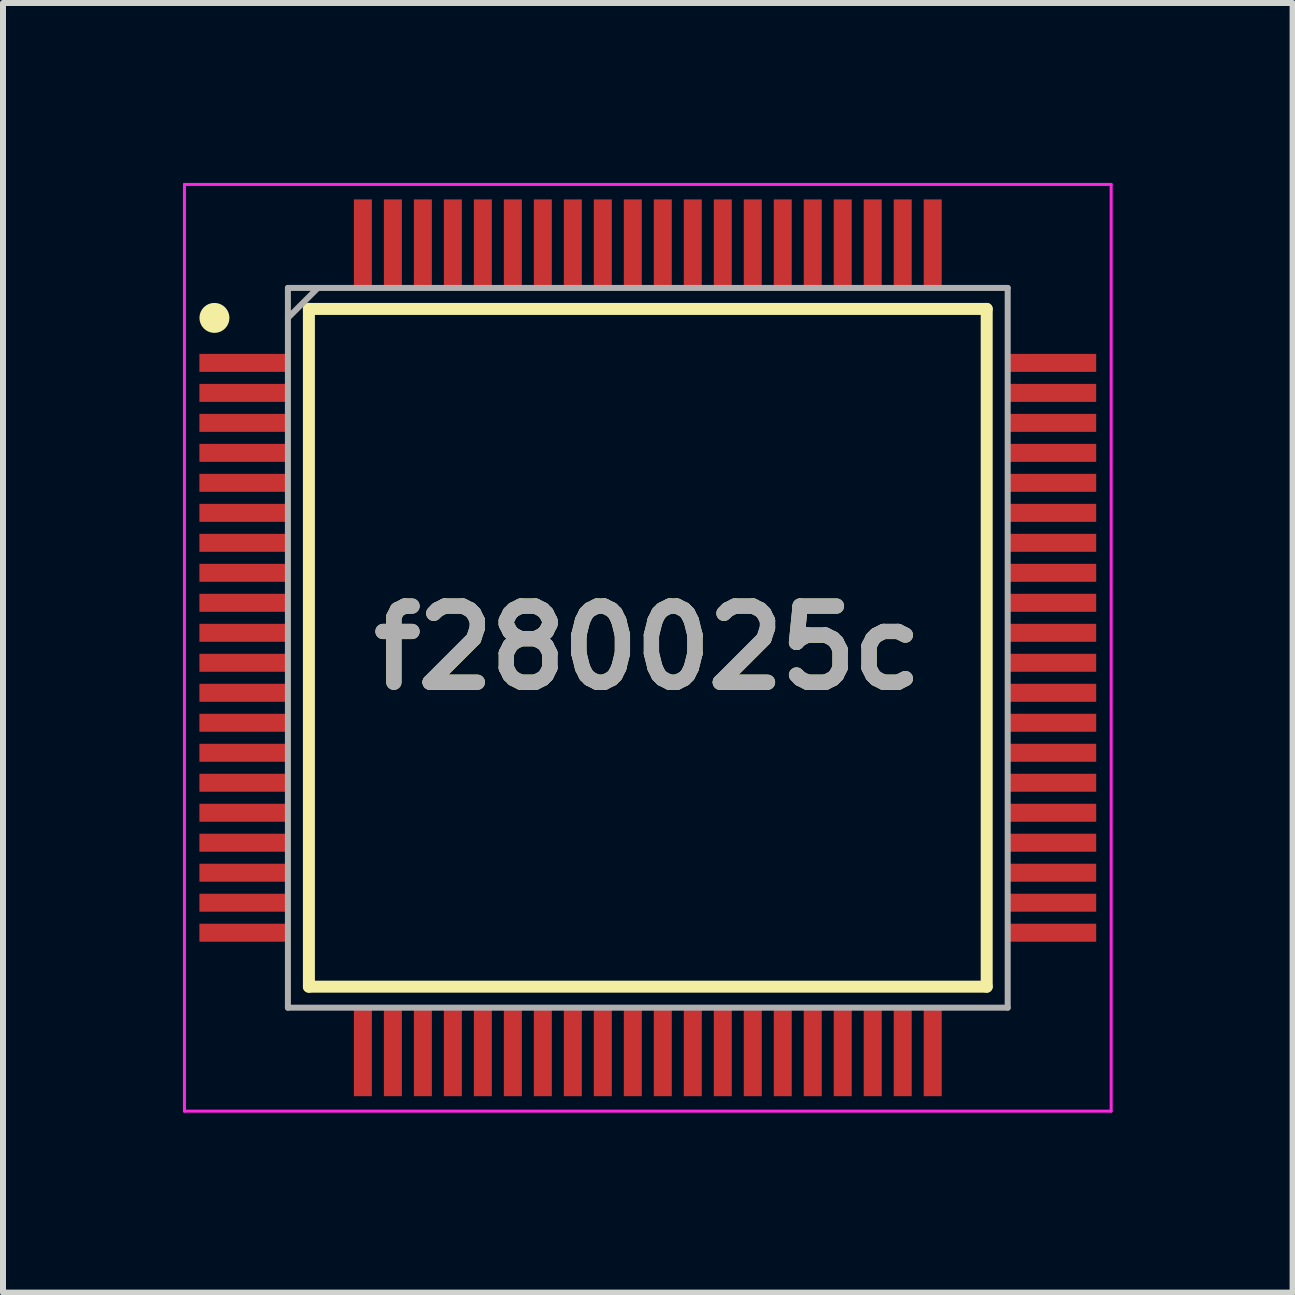
<source format=kicad_pcb>
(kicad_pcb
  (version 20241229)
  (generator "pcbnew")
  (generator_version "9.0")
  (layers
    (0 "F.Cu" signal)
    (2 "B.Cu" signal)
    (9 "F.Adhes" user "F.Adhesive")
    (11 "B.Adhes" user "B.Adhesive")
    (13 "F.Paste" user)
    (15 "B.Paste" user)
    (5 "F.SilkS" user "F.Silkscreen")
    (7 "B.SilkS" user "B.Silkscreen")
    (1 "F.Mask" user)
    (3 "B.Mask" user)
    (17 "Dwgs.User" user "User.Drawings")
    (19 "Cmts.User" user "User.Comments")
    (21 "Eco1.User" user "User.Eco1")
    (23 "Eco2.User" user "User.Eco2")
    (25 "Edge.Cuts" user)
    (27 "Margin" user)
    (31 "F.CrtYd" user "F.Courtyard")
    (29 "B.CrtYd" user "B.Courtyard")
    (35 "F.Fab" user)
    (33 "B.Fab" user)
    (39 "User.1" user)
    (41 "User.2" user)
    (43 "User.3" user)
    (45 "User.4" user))
  (footprint "f280025c"
    (layer "F.Cu")
    (at 7.75 7.75)
    (property "Reference" "f280025c" (at 0 0 0) (layer "F.SilkS") (effects (font (size 1.27 1.27) (thickness 0.254))))
    (attr smd)
    (fp_line (start -5.65 -5.65) (end 5.65 -5.65) (stroke (width 0.2) (type solid)) (layer "F.SilkS"))
    (fp_line (start -5.65 5.65) (end -5.65 -5.65) (stroke (width 0.2) (type solid)) (layer "F.SilkS"))
    (fp_line (start 5.65 -5.65) (end 5.65 5.65) (stroke (width 0.2) (type solid)) (layer "F.SilkS"))
    (fp_line (start 5.65 5.65) (end -5.65 5.65) (stroke (width 0.2) (type solid)) (layer "F.SilkS"))
    (fp_circle (center -7.225 -5.5) (end -7.225 -5.375) (stroke (width 0.25) (type solid)) (fill no) (layer "F.SilkS"))
    (fp_line (start -7.725 -7.725) (end 7.725 -7.725) (stroke (width 0.05) (type solid)) (layer "F.CrtYd"))
    (fp_line (start -7.725 7.725) (end -7.725 -7.725) (stroke (width 0.05) (type solid)) (layer "F.CrtYd"))
    (fp_line (start 7.725 -7.725) (end 7.725 7.725) (stroke (width 0.05) (type solid)) (layer "F.CrtYd"))
    (fp_line (start 7.725 7.725) (end -7.725 7.725) (stroke (width 0.05) (type solid)) (layer "F.CrtYd"))
    (fp_line (start -6 -6) (end 6 -6) (stroke (width 0.1) (type solid)) (layer "F.Fab"))
    (fp_line (start -6 -5.5) (end -5.5 -6) (stroke (width 0.1) (type solid)) (layer "F.Fab"))
    (fp_line (start -6 6) (end -6 -6) (stroke (width 0.1) (type solid)) (layer "F.Fab"))
    (fp_line (start 6 -6) (end 6 6) (stroke (width 0.1) (type solid)) (layer "F.Fab"))
    (fp_line (start 6 6) (end -6 6) (stroke (width 0.1) (type solid)) (layer "F.Fab"))
    (fp_text user "${REFERENCE}" (at 0 0 0) (layer "F.Fab") (effects (font (size 1.27 1.27) (thickness 0.254))))
    (pad "1" smd rect (at -6.738 -4.75 90) (size 0.3 1.475) (layers "F.Cu" "F.Mask" "F.Paste"))
    (pad "2" smd rect (at -6.738 -4.25 90) (size 0.3 1.475) (layers "F.Cu" "F.Mask" "F.Paste"))
    (pad "3" smd rect (at -6.738 -3.75 90) (size 0.3 1.475) (layers "F.Cu" "F.Mask" "F.Paste"))
    (pad "4" smd rect (at -6.738 -3.25 90) (size 0.3 1.475) (layers "F.Cu" "F.Mask" "F.Paste"))
    (pad "5" smd rect (at -6.738 -2.75 90) (size 0.3 1.475) (layers "F.Cu" "F.Mask" "F.Paste"))
    (pad "6" smd rect (at -6.738 -2.25 90) (size 0.3 1.475) (layers "F.Cu" "F.Mask" "F.Paste"))
    (pad "7" smd rect (at -6.738 -1.75 90) (size 0.3 1.475) (layers "F.Cu" "F.Mask" "F.Paste"))
    (pad "8" smd rect (at -6.738 -1.25 90) (size 0.3 1.475) (layers "F.Cu" "F.Mask" "F.Paste"))
    (pad "9" smd rect (at -6.738 -0.75 90) (size 0.3 1.475) (layers "F.Cu" "F.Mask" "F.Paste"))
    (pad "10" smd rect (at -6.738 -0.25 90) (size 0.3 1.475) (layers "F.Cu" "F.Mask" "F.Paste"))
    (pad "11" smd rect (at -6.738 0.25 90) (size 0.3 1.475) (layers "F.Cu" "F.Mask" "F.Paste"))
    (pad "12" smd rect (at -6.738 0.75 90) (size 0.3 1.475) (layers "F.Cu" "F.Mask" "F.Paste"))
    (pad "13" smd rect (at -6.738 1.25 90) (size 0.3 1.475) (layers "F.Cu" "F.Mask" "F.Paste"))
    (pad "14" smd rect (at -6.738 1.75 90) (size 0.3 1.475) (layers "F.Cu" "F.Mask" "F.Paste"))
    (pad "15" smd rect (at -6.738 2.25 90) (size 0.3 1.475) (layers "F.Cu" "F.Mask" "F.Paste"))
    (pad "16" smd rect (at -6.738 2.75 90) (size 0.3 1.475) (layers "F.Cu" "F.Mask" "F.Paste"))
    (pad "17" smd rect (at -6.738 3.25 90) (size 0.3 1.475) (layers "F.Cu" "F.Mask" "F.Paste"))
    (pad "18" smd rect (at -6.738 3.75 90) (size 0.3 1.475) (layers "F.Cu" "F.Mask" "F.Paste"))
    (pad "19" smd rect (at -6.738 4.25 90) (size 0.3 1.475) (layers "F.Cu" "F.Mask" "F.Paste"))
    (pad "20" smd rect (at -6.738 4.75 90) (size 0.3 1.475) (layers "F.Cu" "F.Mask" "F.Paste"))
    (pad "21" smd rect (at -4.75 6.738) (size 0.3 1.475) (layers "F.Cu" "F.Mask" "F.Paste"))
    (pad "22" smd rect (at -4.25 6.738) (size 0.3 1.475) (layers "F.Cu" "F.Mask" "F.Paste"))
    (pad "23" smd rect (at -3.75 6.738) (size 0.3 1.475) (layers "F.Cu" "F.Mask" "F.Paste"))
    (pad "24" smd rect (at -3.25 6.738) (size 0.3 1.475) (layers "F.Cu" "F.Mask" "F.Paste"))
    (pad "25" smd rect (at -2.75 6.738) (size 0.3 1.475) (layers "F.Cu" "F.Mask" "F.Paste"))
    (pad "26" smd rect (at -2.25 6.738) (size 0.3 1.475) (layers "F.Cu" "F.Mask" "F.Paste"))
    (pad "27" smd rect (at -1.75 6.738) (size 0.3 1.475) (layers "F.Cu" "F.Mask" "F.Paste"))
    (pad "28" smd rect (at -1.25 6.738) (size 0.3 1.475) (layers "F.Cu" "F.Mask" "F.Paste"))
    (pad "29" smd rect (at -0.75 6.738) (size 0.3 1.475) (layers "F.Cu" "F.Mask" "F.Paste"))
    (pad "30" smd rect (at -0.25 6.738) (size 0.3 1.475) (layers "F.Cu" "F.Mask" "F.Paste"))
    (pad "31" smd rect (at 0.25 6.738) (size 0.3 1.475) (layers "F.Cu" "F.Mask" "F.Paste"))
    (pad "32" smd rect (at 0.75 6.738) (size 0.3 1.475) (layers "F.Cu" "F.Mask" "F.Paste"))
    (pad "33" smd rect (at 1.25 6.738) (size 0.3 1.475) (layers "F.Cu" "F.Mask" "F.Paste"))
    (pad "34" smd rect (at 1.75 6.738) (size 0.3 1.475) (layers "F.Cu" "F.Mask" "F.Paste"))
    (pad "35" smd rect (at 2.25 6.738) (size 0.3 1.475) (layers "F.Cu" "F.Mask" "F.Paste"))
    (pad "36" smd rect (at 2.75 6.738) (size 0.3 1.475) (layers "F.Cu" "F.Mask" "F.Paste"))
    (pad "37" smd rect (at 3.25 6.738) (size 0.3 1.475) (layers "F.Cu" "F.Mask" "F.Paste"))
    (pad "38" smd rect (at 3.75 6.738) (size 0.3 1.475) (layers "F.Cu" "F.Mask" "F.Paste"))
    (pad "39" smd rect (at 4.25 6.738) (size 0.3 1.475) (layers "F.Cu" "F.Mask" "F.Paste"))
    (pad "40" smd rect (at 4.75 6.738) (size 0.3 1.475) (layers "F.Cu" "F.Mask" "F.Paste"))
    (pad "41" smd rect (at 6.738 4.75 90) (size 0.3 1.475) (layers "F.Cu" "F.Mask" "F.Paste"))
    (pad "42" smd rect (at 6.738 4.25 90) (size 0.3 1.475) (layers "F.Cu" "F.Mask" "F.Paste"))
    (pad "43" smd rect (at 6.738 3.75 90) (size 0.3 1.475) (layers "F.Cu" "F.Mask" "F.Paste"))
    (pad "44" smd rect (at 6.738 3.25 90) (size 0.3 1.475) (layers "F.Cu" "F.Mask" "F.Paste"))
    (pad "45" smd rect (at 6.738 2.75 90) (size 0.3 1.475) (layers "F.Cu" "F.Mask" "F.Paste"))
    (pad "46" smd rect (at 6.738 2.25 90) (size 0.3 1.475) (layers "F.Cu" "F.Mask" "F.Paste"))
    (pad "47" smd rect (at 6.738 1.75 90) (size 0.3 1.475) (layers "F.Cu" "F.Mask" "F.Paste"))
    (pad "48" smd rect (at 6.738 1.25 90) (size 0.3 1.475) (layers "F.Cu" "F.Mask" "F.Paste"))
    (pad "49" smd rect (at 6.738 0.75 90) (size 0.3 1.475) (layers "F.Cu" "F.Mask" "F.Paste"))
    (pad "50" smd rect (at 6.738 0.25 90) (size 0.3 1.475) (layers "F.Cu" "F.Mask" "F.Paste"))
    (pad "51" smd rect (at 6.738 -0.25 90) (size 0.3 1.475) (layers "F.Cu" "F.Mask" "F.Paste"))
    (pad "52" smd rect (at 6.738 -0.75 90) (size 0.3 1.475) (layers "F.Cu" "F.Mask" "F.Paste"))
    (pad "53" smd rect (at 6.738 -1.25 90) (size 0.3 1.475) (layers "F.Cu" "F.Mask" "F.Paste"))
    (pad "54" smd rect (at 6.738 -1.75 90) (size 0.3 1.475) (layers "F.Cu" "F.Mask" "F.Paste"))
    (pad "55" smd rect (at 6.738 -2.25 90) (size 0.3 1.475) (layers "F.Cu" "F.Mask" "F.Paste"))
    (pad "56" smd rect (at 6.738 -2.75 90) (size 0.3 1.475) (layers "F.Cu" "F.Mask" "F.Paste"))
    (pad "57" smd rect (at 6.738 -3.25 90) (size 0.3 1.475) (layers "F.Cu" "F.Mask" "F.Paste"))
    (pad "58" smd rect (at 6.738 -3.75 90) (size 0.3 1.475) (layers "F.Cu" "F.Mask" "F.Paste"))
    (pad "59" smd rect (at 6.738 -4.25 90) (size 0.3 1.475) (layers "F.Cu" "F.Mask" "F.Paste"))
    (pad "60" smd rect (at 6.738 -4.75 90) (size 0.3 1.475) (layers "F.Cu" "F.Mask" "F.Paste"))
    (pad "61" smd rect (at 4.75 -6.738) (size 0.3 1.475) (layers "F.Cu" "F.Mask" "F.Paste"))
    (pad "62" smd rect (at 4.25 -6.738) (size 0.3 1.475) (layers "F.Cu" "F.Mask" "F.Paste"))
    (pad "63" smd rect (at 3.75 -6.738) (size 0.3 1.475) (layers "F.Cu" "F.Mask" "F.Paste"))
    (pad "64" smd rect (at 3.25 -6.738) (size 0.3 1.475) (layers "F.Cu" "F.Mask" "F.Paste"))
    (pad "65" smd rect (at 2.75 -6.738) (size 0.3 1.475) (layers "F.Cu" "F.Mask" "F.Paste"))
    (pad "66" smd rect (at 2.25 -6.738) (size 0.3 1.475) (layers "F.Cu" "F.Mask" "F.Paste"))
    (pad "67" smd rect (at 1.75 -6.738) (size 0.3 1.475) (layers "F.Cu" "F.Mask" "F.Paste"))
    (pad "68" smd rect (at 1.25 -6.738) (size 0.3 1.475) (layers "F.Cu" "F.Mask" "F.Paste"))
    (pad "69" smd rect (at 0.75 -6.738) (size 0.3 1.475) (layers "F.Cu" "F.Mask" "F.Paste"))
    (pad "70" smd rect (at 0.25 -6.738) (size 0.3 1.475) (layers "F.Cu" "F.Mask" "F.Paste"))
    (pad "71" smd rect (at -0.25 -6.738) (size 0.3 1.475) (layers "F.Cu" "F.Mask" "F.Paste"))
    (pad "72" smd rect (at -0.75 -6.738) (size 0.3 1.475) (layers "F.Cu" "F.Mask" "F.Paste"))
    (pad "73" smd rect (at -1.25 -6.738) (size 0.3 1.475) (layers "F.Cu" "F.Mask" "F.Paste"))
    (pad "74" smd rect (at -1.75 -6.738) (size 0.3 1.475) (layers "F.Cu" "F.Mask" "F.Paste"))
    (pad "75" smd rect (at -2.25 -6.738) (size 0.3 1.475) (layers "F.Cu" "F.Mask" "F.Paste"))
    (pad "76" smd rect (at -2.75 -6.738) (size 0.3 1.475) (layers "F.Cu" "F.Mask" "F.Paste"))
    (pad "77" smd rect (at -3.25 -6.738) (size 0.3 1.475) (layers "F.Cu" "F.Mask" "F.Paste"))
    (pad "78" smd rect (at -3.75 -6.738) (size 0.3 1.475) (layers "F.Cu" "F.Mask" "F.Paste"))
    (pad "79" smd rect (at -4.25 -6.738) (size 0.3 1.475) (layers "F.Cu" "F.Mask" "F.Paste"))
    (pad "80" smd rect (at -4.75 -6.738) (size 0.3 1.475) (layers "F.Cu" "F.Mask" "F.Paste")))
  (gr_rect
    (start -3 -3)
    (end 18.5 18.5)
    (stroke (width 0.1) (type default))
    (fill no)
    (layer "Edge.Cuts")))
</source>
